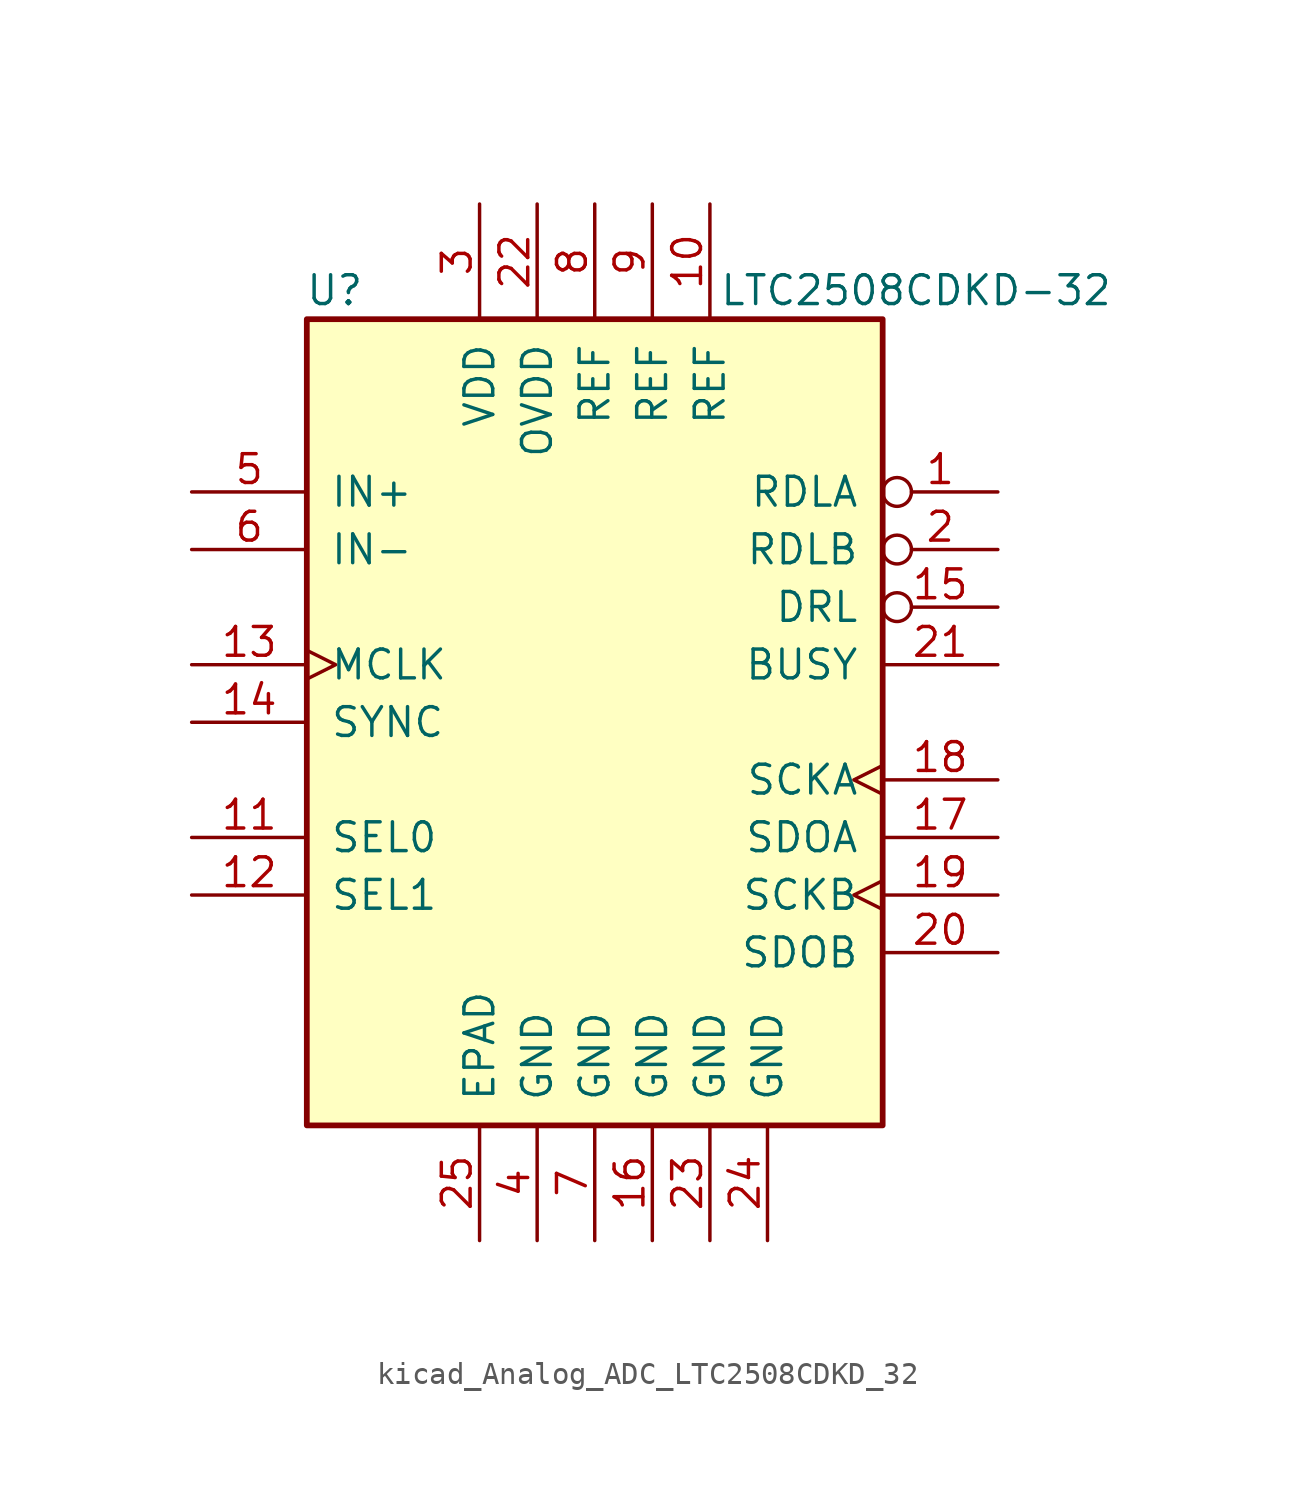
<source format=kicad_sym>
(kicad_symbol_lib
  (version 20220914)
  (generator kicad_symbol_editor)
  (symbol "kicad_Analog_ADC_LTC2508CDKD_32"
    (pin_names
      (offset 1.016))
    (property "Reference" "U"
      (at -10.16 19.05 0)
      (effects (font (size 1.27 1.27)) (justify right)))
    (property "Value" "LTC2508CDKD-32"
      (at 22.86 19.05 0)
      (effects (font (size 1.27 1.27)) (justify right)))
    (symbol "kicad_Analog_ADC_LTC2508CDKD_32_0_1"
      (rectangle (start -12.7 17.78) (end 12.7 -17.78) (stroke (width 0.254) (type default)) (fill (type background))))
    (symbol "kicad_Analog_ADC_LTC2508CDKD_32_1_1"
      (pin input inverted (at 17.78 10.16 180) (length 5.08) (name "RDLA" (effects (font (size 1.27 1.27)))) (number "1" (effects (font (size 1.27 1.27)))))
      (pin passive line (at 5.08 22.86 270) (length 5.08) (name "REF" (effects (font (size 1.27 1.27)))) (number "10" (effects (font (size 1.27 1.27)))))
      (pin input line (at -17.78 -5.08 0) (length 5.08) (name "SEL0" (effects (font (size 1.27 1.27)))) (number "11" (effects (font (size 1.27 1.27)))))
      (pin input line (at -17.78 -7.62 0) (length 5.08) (name "SEL1" (effects (font (size 1.27 1.27)))) (number "12" (effects (font (size 1.27 1.27)))))
      (pin input clock (at -17.78 2.54 0) (length 5.08) (name "MCLK" (effects (font (size 1.27 1.27)))) (number "13" (effects (font (size 1.27 1.27)))))
      (pin input line (at -17.78 0 0) (length 5.08) (name "SYNC" (effects (font (size 1.27 1.27)))) (number "14" (effects (font (size 1.27 1.27)))))
      (pin output inverted (at 17.78 5.08 180) (length 5.08) (name "DRL" (effects (font (size 1.27 1.27)))) (number "15" (effects (font (size 1.27 1.27)))))
      (pin power_in line (at 2.54 -22.86 90) (length 5.08) (name "GND" (effects (font (size 1.27 1.27)))) (number "16" (effects (font (size 1.27 1.27)))))
      (pin tri_state line (at 17.78 -5.08 180) (length 5.08) (name "SDOA" (effects (font (size 1.27 1.27)))) (number "17" (effects (font (size 1.27 1.27)))))
      (pin input clock (at 17.78 -2.54 180) (length 5.08) (name "SCKA" (effects (font (size 1.27 1.27)))) (number "18" (effects (font (size 1.27 1.27)))))
      (pin input clock (at 17.78 -7.62 180) (length 5.08) (name "SCKB" (effects (font (size 1.27 1.27)))) (number "19" (effects (font (size 1.27 1.27)))))
      (pin input inverted (at 17.78 7.62 180) (length 5.08) (name "RDLB" (effects (font (size 1.27 1.27)))) (number "2" (effects (font (size 1.27 1.27)))))
      (pin tri_state line (at 17.78 -10.16 180) (length 5.08) (name "SDOB" (effects (font (size 1.27 1.27)))) (number "20" (effects (font (size 1.27 1.27)))))
      (pin output line (at 17.78 2.54 180) (length 5.08) (name "BUSY" (effects (font (size 1.27 1.27)))) (number "21" (effects (font (size 1.27 1.27)))))
      (pin power_in line (at -2.54 22.86 270) (length 5.08) (name "OVDD" (effects (font (size 1.27 1.27)))) (number "22" (effects (font (size 1.27 1.27)))))
      (pin power_in line (at 5.08 -22.86 90) (length 5.08) (name "GND" (effects (font (size 1.27 1.27)))) (number "23" (effects (font (size 1.27 1.27)))))
      (pin power_in line (at 7.62 -22.86 90) (length 5.08) (name "GND" (effects (font (size 1.27 1.27)))) (number "24" (effects (font (size 1.27 1.27)))))
      (pin power_in line (at -5.08 -22.86 90) (length 5.08) (name "EPAD" (effects (font (size 1.27 1.27)))) (number "25" (effects (font (size 1.27 1.27)))))
      (pin power_in line (at -5.08 22.86 270) (length 5.08) (name "VDD" (effects (font (size 1.27 1.27)))) (number "3" (effects (font (size 1.27 1.27)))))
      (pin power_in line (at -2.54 -22.86 90) (length 5.08) (name "GND" (effects (font (size 1.27 1.27)))) (number "4" (effects (font (size 1.27 1.27)))))
      (pin input line (at -17.78 10.16 0) (length 5.08) (name "IN+" (effects (font (size 1.27 1.27)))) (number "5" (effects (font (size 1.27 1.27)))))
      (pin input line (at -17.78 7.62 0) (length 5.08) (name "IN-" (effects (font (size 1.27 1.27)))) (number "6" (effects (font (size 1.27 1.27)))))
      (pin power_in line (at 0 -22.86 90) (length 5.08) (name "GND" (effects (font (size 1.27 1.27)))) (number "7" (effects (font (size 1.27 1.27)))))
      (pin passive line (at 0 22.86 270) (length 5.08) (name "REF" (effects (font (size 1.27 1.27)))) (number "8" (effects (font (size 1.27 1.27)))))
      (pin passive line (at 2.54 22.86 270) (length 5.08) (name "REF" (effects (font (size 1.27 1.27)))) (number "9" (effects (font (size 1.27 1.27))))))))
</source>
